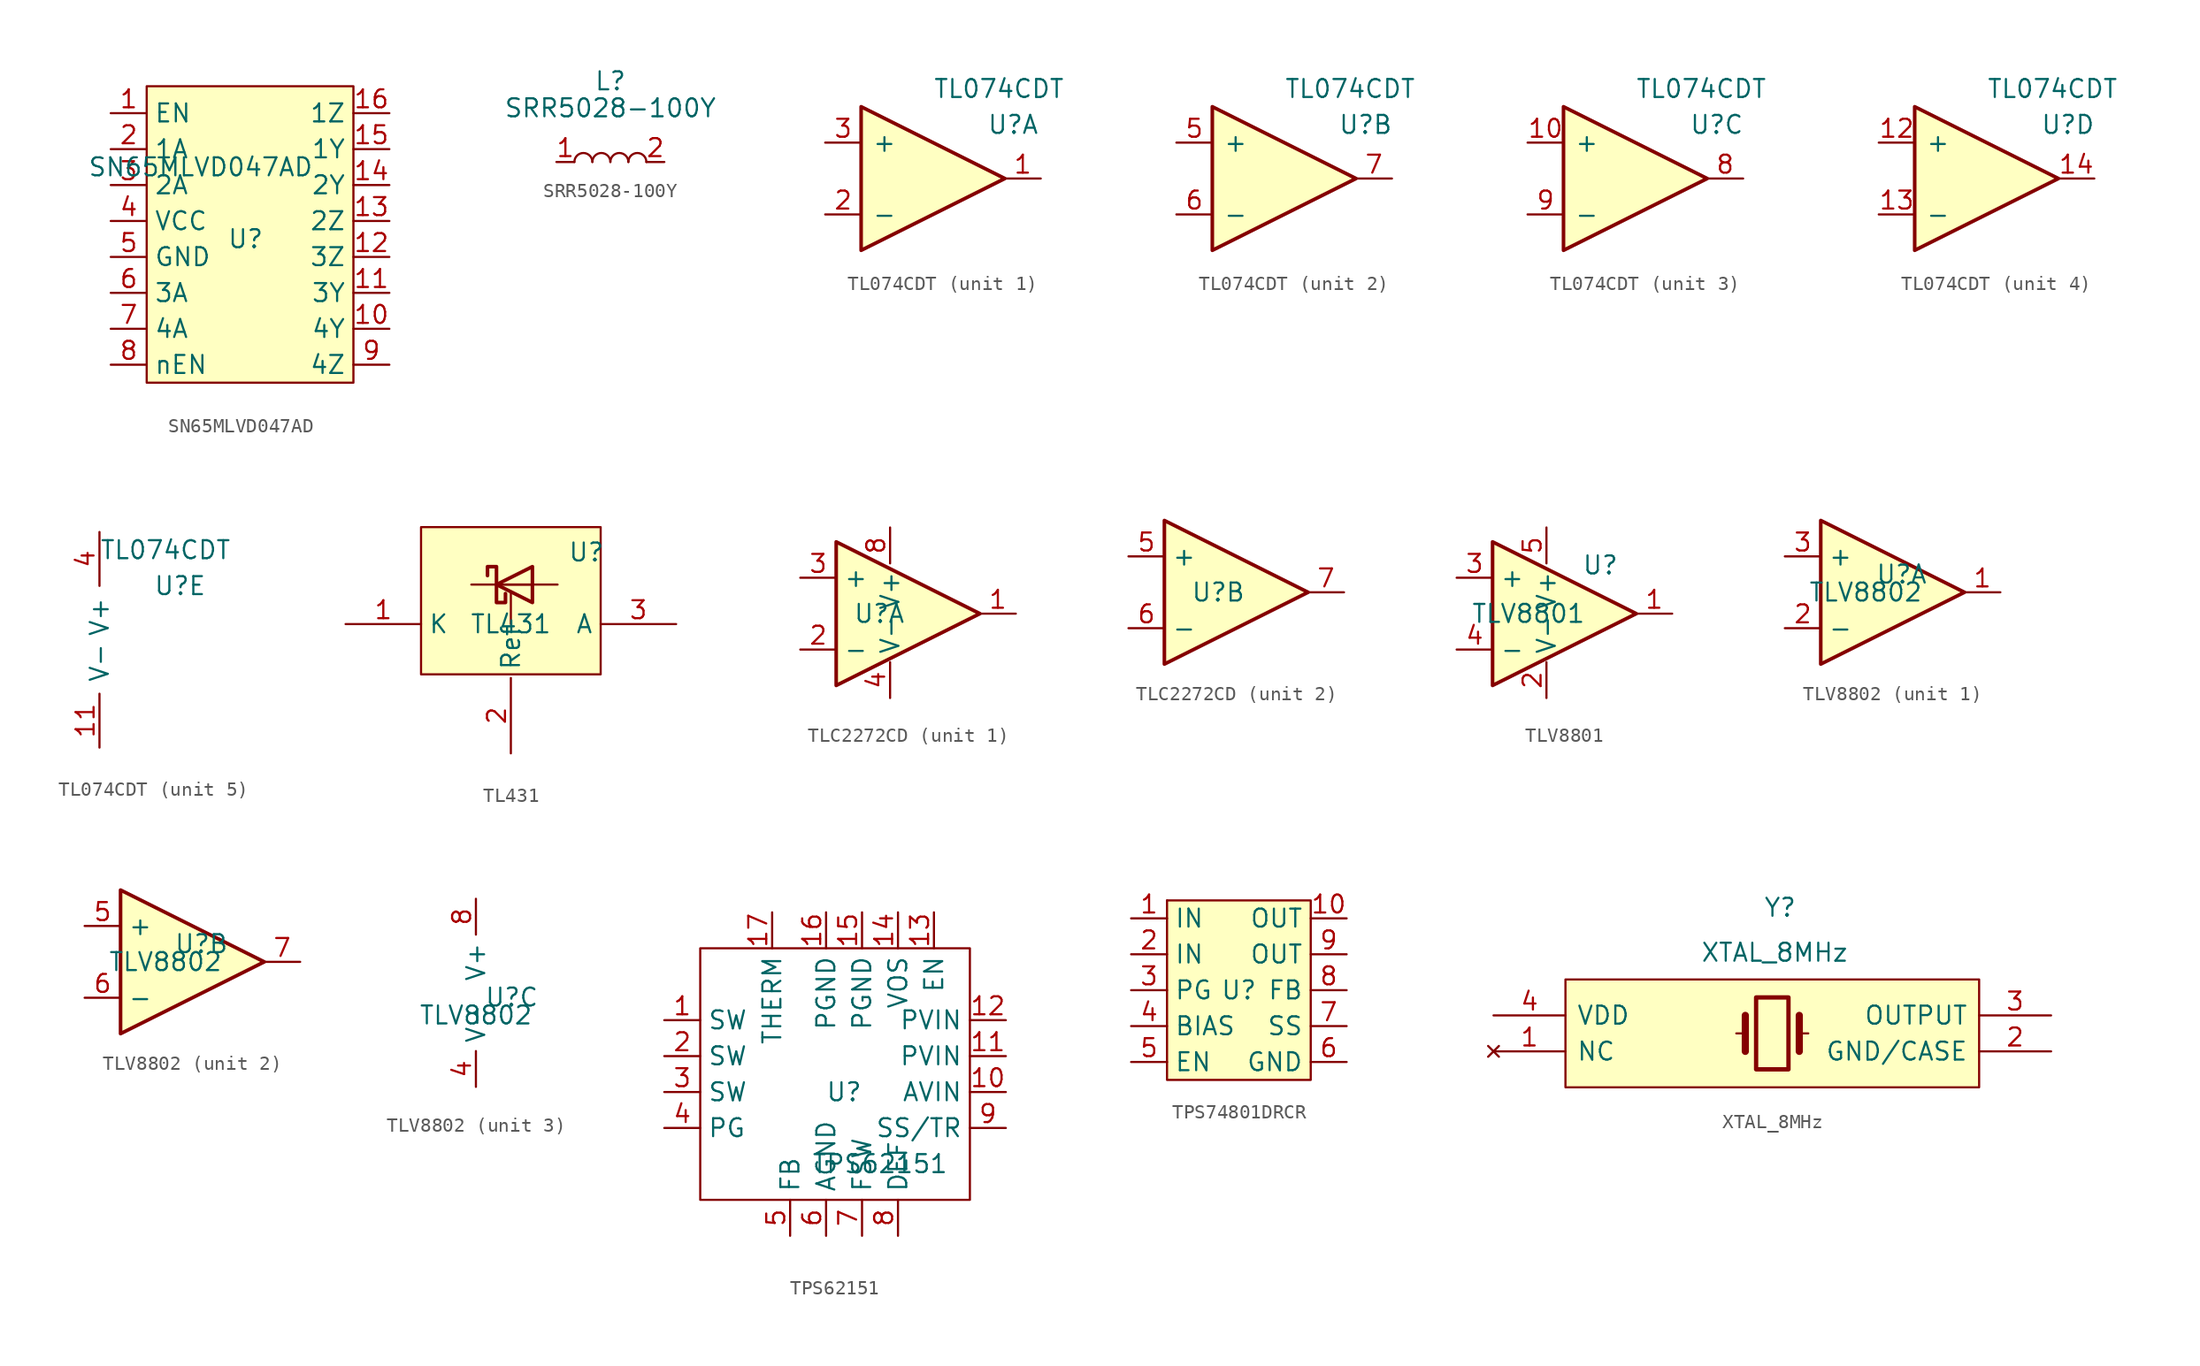
<source format=kicad_sym>
(kicad_symbol_lib
  (version 20220914)
  (generator kicad_symbol_editor)
  (symbol "SN65MLVD047AD"
    (property "Reference" "U"
      (at 0 0 0)
      (effects (font (size 1.27 1.27))))
    (property "Value" "SN65MLVD047AD"
      (at -3.175 5.08 0)
      (effects (font (size 1.27 1.27))))
    (symbol "SN65MLVD047AD_0_1"
      (rectangle (start -6.985 10.795) (end 7.62 -10.16) (stroke (width 0) (type default)) (fill (type background))))
    (symbol "SN65MLVD047AD_1_1"
      (pin input line (at -9.525 8.89 0) (length 2.54) (name "EN" (effects (font (size 1.27 1.27)))) (number "1" (effects (font (size 1.27 1.27)))))
      (pin output line (at 10.16 -6.35 180) (length 2.54) (name "4Y" (effects (font (size 1.27 1.27)))) (number "10" (effects (font (size 1.27 1.27)))))
      (pin output line (at 10.16 -3.81 180) (length 2.54) (name "3Y" (effects (font (size 1.27 1.27)))) (number "11" (effects (font (size 1.27 1.27)))))
      (pin output line (at 10.16 -1.27 180) (length 2.54) (name "3Z" (effects (font (size 1.27 1.27)))) (number "12" (effects (font (size 1.27 1.27)))))
      (pin output line (at 10.16 1.27 180) (length 2.54) (name "2Z" (effects (font (size 1.27 1.27)))) (number "13" (effects (font (size 1.27 1.27)))))
      (pin output line (at 10.16 3.81 180) (length 2.54) (name "2Y" (effects (font (size 1.27 1.27)))) (number "14" (effects (font (size 1.27 1.27)))))
      (pin output line (at 10.16 6.35 180) (length 2.54) (name "1Y" (effects (font (size 1.27 1.27)))) (number "15" (effects (font (size 1.27 1.27)))))
      (pin output line (at 10.16 8.89 180) (length 2.54) (name "1Z" (effects (font (size 1.27 1.27)))) (number "16" (effects (font (size 1.27 1.27)))))
      (pin input line (at -9.525 6.35 0) (length 2.54) (name "1A" (effects (font (size 1.27 1.27)))) (number "2" (effects (font (size 1.27 1.27)))))
      (pin input line (at -9.525 3.81 0) (length 2.54) (name "2A" (effects (font (size 1.27 1.27)))) (number "3" (effects (font (size 1.27 1.27)))))
      (pin power_in line (at -9.525 1.27 0) (length 2.54) (name "VCC" (effects (font (size 1.27 1.27)))) (number "4" (effects (font (size 1.27 1.27)))))
      (pin power_in line (at -9.525 -1.27 0) (length 2.54) (name "GND" (effects (font (size 1.27 1.27)))) (number "5" (effects (font (size 1.27 1.27)))))
      (pin input line (at -9.525 -3.81 0) (length 2.54) (name "3A" (effects (font (size 1.27 1.27)))) (number "6" (effects (font (size 1.27 1.27)))))
      (pin input line (at -9.525 -6.35 0) (length 2.54) (name "4A" (effects (font (size 1.27 1.27)))) (number "7" (effects (font (size 1.27 1.27)))))
      (pin input line (at -9.525 -8.89 0) (length 2.54) (name "nEN" (effects (font (size 1.27 1.27)))) (number "8" (effects (font (size 1.27 1.27)))))
      (pin output line (at 10.16 -8.89 180) (length 2.54) (name "4Z" (effects (font (size 1.27 1.27)))) (number "9" (effects (font (size 1.27 1.27)))))))
  (symbol "SRR5028-100Y"
    (pin_names
      (offset 1.016))
    (property "Reference" "L"
      (at 0 1.905 0)
      (effects (font (size 1.27 1.27))))
    (property "Value" "SRR5028-100Y"
      (at 0 0 0)
      (effects (font (size 1.27 1.27))))
    (symbol "SRR5028-100Y_1_1"
      (arc (start -1.27 -3.81) (mid -1.905 -3.1777) (end -2.54 -3.81) (stroke (width 0) (type solid)) (fill (type none)))
      (arc (start 0 -3.81) (mid -0.635 -3.1777) (end -1.27 -3.81) (stroke (width 0) (type solid)) (fill (type none)))
      (arc (start 1.27 -3.81) (mid 0.635 -3.1777) (end 0 -3.81) (stroke (width 0) (type solid)) (fill (type none)))
      (arc (start 2.54 -3.81) (mid 1.905 -3.1777) (end 1.27 -3.81) (stroke (width 0) (type solid)) (fill (type none)))
      (pin passive line (at -3.81 -3.81 0) (length 1.27) (name "~" (effects (font (size 1.27 1.27)))) (number "1" (effects (font (size 1.27 1.27)))))
      (pin passive line (at 3.81 -3.81 180) (length 1.27) (name "~" (effects (font (size 1.27 1.27)))) (number "2" (effects (font (size 1.27 1.27)))))))
  (symbol "TL074CDT"
    (pin_names
      (offset 0.762))
    (property "Reference" "U"
      (at 3.81 3.81 0)
      (effects (font (size 1.27 1.27)) (justify left)))
    (property "Value" "TL074CDT"
      (at 0 6.35 0)
      (effects (font (size 1.27 1.27)) (justify left)))
    (property "ki_locked" ""
      (at 0 0 0)
      (effects (font (size 1.27 1.27))))
    (symbol "TL074CDT_1_1"
      (polyline (pts (xy -5.08 5.08) (xy 5.08 0) (xy -5.08 -5.08) (xy -5.08 5.08)) (stroke (width 0.254) (type solid)) (fill (type background)))
      (pin output line (at 7.62 0 180) (length 2.54) (name "~" (effects (font (size 1.27 1.27)))) (number "1" (effects (font (size 1.27 1.27)))))
      (pin input line (at -7.62 -2.54 0) (length 2.54) (name "-" (effects (font (size 1.27 1.27)))) (number "2" (effects (font (size 1.27 1.27)))))
      (pin input line (at -7.62 2.54 0) (length 2.54) (name "+" (effects (font (size 1.27 1.27)))) (number "3" (effects (font (size 1.27 1.27))))))
    (symbol "TL074CDT_2_1"
      (polyline (pts (xy -5.08 5.08) (xy 5.08 0) (xy -5.08 -5.08) (xy -5.08 5.08)) (stroke (width 0.254) (type solid)) (fill (type background)))
      (pin input line (at -7.62 2.54 0) (length 2.54) (name "+" (effects (font (size 1.27 1.27)))) (number "5" (effects (font (size 1.27 1.27)))))
      (pin input line (at -7.62 -2.54 0) (length 2.54) (name "-" (effects (font (size 1.27 1.27)))) (number "6" (effects (font (size 1.27 1.27)))))
      (pin output line (at 7.62 0 180) (length 2.54) (name "~" (effects (font (size 1.27 1.27)))) (number "7" (effects (font (size 1.27 1.27))))))
    (symbol "TL074CDT_3_1"
      (polyline (pts (xy -5.08 5.08) (xy 5.08 0) (xy -5.08 -5.08) (xy -5.08 5.08)) (stroke (width 0.254) (type solid)) (fill (type background)))
      (pin input line (at -7.62 2.54 0) (length 2.54) (name "+" (effects (font (size 1.27 1.27)))) (number "10" (effects (font (size 1.27 1.27)))))
      (pin output line (at 7.62 0 180) (length 2.54) (name "~" (effects (font (size 1.27 1.27)))) (number "8" (effects (font (size 1.27 1.27)))))
      (pin input line (at -7.62 -2.54 0) (length 2.54) (name "-" (effects (font (size 1.27 1.27)))) (number "9" (effects (font (size 1.27 1.27))))))
    (symbol "TL074CDT_4_1"
      (polyline (pts (xy -5.08 5.08) (xy 5.08 0) (xy -5.08 -5.08) (xy -5.08 5.08)) (stroke (width 0.254) (type solid)) (fill (type background)))
      (pin input line (at -7.62 2.54 0) (length 2.54) (name "+" (effects (font (size 1.27 1.27)))) (number "12" (effects (font (size 1.27 1.27)))))
      (pin input line (at -7.62 -2.54 0) (length 2.54) (name "-" (effects (font (size 1.27 1.27)))) (number "13" (effects (font (size 1.27 1.27)))))
      (pin output line (at 7.62 0 180) (length 2.54) (name "~" (effects (font (size 1.27 1.27)))) (number "14" (effects (font (size 1.27 1.27))))))
    (symbol "TL074CDT_5_1"
      (pin power_in line (at 0 -7.62 90) (length 3.81) (name "V-" (effects (font (size 1.27 1.27)))) (number "11" (effects (font (size 1.27 1.27)))))
      (pin power_in line (at 0 7.62 270) (length 3.81) (name "V+" (effects (font (size 1.27 1.27)))) (number "4" (effects (font (size 1.27 1.27)))))))
  (symbol "TL431"
    (property "Reference" "U"
      (at 5.334 5.08 0)
      (effects (font (size 1.27 1.27))))
    (property "Value" "TL431"
      (at 0 0 0)
      (effects (font (size 1.27 1.27))))
    (symbol "TL431_0_0"
      (text_box "" (at -6.35 6.858 0) (size 12.7 -10.414) (stroke (width 0) (type default)) (fill (type color) (color 255 255 194 1)) (effects (font (size 1.27 1.27)) (justify left top))))
    (symbol "TL431_0_1"
      (polyline (pts (xy 1.524 2.794) (xy -1.016 2.794)) (stroke (width 0) (type default)) (fill (type none)))
      (polyline (pts (xy -2.794 2.794) (xy 3.302 2.794) (xy 3.048 2.794)) (stroke (width 0) (type default)) (fill (type color) (color 255 255 194 1)))
      (polyline (pts (xy 0 0) (xy 0 2.286) (xy 0 2.032)) (stroke (width 0) (type default)) (fill (type color) (color 255 255 194 1)))
      (polyline (pts (xy 1.524 4.064) (xy 1.524 1.524) (xy -1.016 2.794) (xy 1.524 4.064)) (stroke (width 0.254) (type default)) (fill (type none)))
      (polyline (pts (xy -1.651 3.429) (xy -1.651 4.064) (xy -1.016 4.064) (xy -1.016 1.524) (xy -0.381 1.524) (xy -0.381 2.159)) (stroke (width 0.254) (type default)) (fill (type none))))
    (symbol "TL431_1_1"
      (pin power_in line (at -11.684 0 0) (length 5.334) (name "K" (effects (font (size 1.27 1.27)))) (number "1" (effects (font (size 1.27 1.27)))))
      (pin power_in line (at 0 -9.144 90) (length 5.334) (name "Ref" (effects (font (size 1.27 1.27)))) (number "2" (effects (font (size 1.27 1.27)))))
      (pin power_in line (at 11.684 0 180) (length 5.334) (name "A" (effects (font (size 1.27 1.27)))) (number "3" (effects (font (size 1.27 1.27)))))))
  (symbol "TLC2272CD"
    (property "Reference" "U"
      (at 0 0 0)
      (effects (font (size 1.27 1.27))))
    (property "Value" ""
      (at 0 0 0)
      (effects (font (size 1.27 1.27))))
    (property "ki_locked" ""
      (at 0 0 0)
      (effects (font (size 1.27 1.27))))
    (symbol "TLC2272CD_1_1"
      (polyline (pts (xy -3.048 5.08) (xy 7.112 0) (xy -3.048 -5.08) (xy -3.048 5.08)) (stroke (width 0.254) (type solid)) (fill (type background)))
      (pin output line (at 9.652 0 180) (length 2.54) (name "~" (effects (font (size 1.27 1.27)))) (number "1" (effects (font (size 1.27 1.27)))))
      (pin input line (at -5.588 -2.54 0) (length 2.54) (name "-" (effects (font (size 1.27 1.27)))) (number "2" (effects (font (size 1.27 1.27)))))
      (pin input line (at -5.588 2.54 0) (length 2.54) (name "+" (effects (font (size 1.27 1.27)))) (number "3" (effects (font (size 1.27 1.27)))))
      (pin power_in line (at 0.762 -5.969 90) (length 2.54) (name "V-" (effects (font (size 1.27 1.27)))) (number "4" (effects (font (size 1.27 1.27)))))
      (pin power_in line (at 0.762 6.096 270) (length 2.54) (name "V+" (effects (font (size 1.27 1.27)))) (number "8" (effects (font (size 1.27 1.27))))))
    (symbol "TLC2272CD_2_1"
      (polyline (pts (xy -3.81 5.08) (xy 6.35 0) (xy -3.81 -5.08) (xy -3.81 5.08)) (stroke (width 0.254) (type solid)) (fill (type background)))
      (pin input line (at -6.35 2.54 0) (length 2.54) (name "+" (effects (font (size 1.27 1.27)))) (number "5" (effects (font (size 1.27 1.27)))))
      (pin input line (at -6.35 -2.54 0) (length 2.54) (name "-" (effects (font (size 1.27 1.27)))) (number "6" (effects (font (size 1.27 1.27)))))
      (pin output line (at 8.89 0 180) (length 2.54) (name "~" (effects (font (size 1.27 1.27)))) (number "7" (effects (font (size 1.27 1.27)))))))
  (symbol "TLV8801"
    (property "Reference" "U"
      (at 5.08 3.429 0)
      (effects (font (size 1.27 1.27))))
    (property "Value" "TLV8801"
      (at 0 0 0)
      (effects (font (size 1.27 1.27))))
    (symbol "TLV8801_1_1"
      (polyline (pts (xy -2.54 5.08) (xy 7.62 0) (xy -2.54 -5.08) (xy -2.54 5.08)) (stroke (width 0.254) (type solid)) (fill (type background)))
      (pin output line (at 10.16 0 180) (length 2.54) (name "~" (effects (font (size 1.27 1.27)))) (number "1" (effects (font (size 1.27 1.27)))))
      (pin power_in line (at 1.27 -5.969 90) (length 2.54) (name "V-" (effects (font (size 1.27 1.27)))) (number "2" (effects (font (size 1.27 1.27)))))
      (pin input line (at -5.08 2.54 0) (length 2.54) (name "+" (effects (font (size 1.27 1.27)))) (number "3" (effects (font (size 1.27 1.27)))))
      (pin input line (at -5.08 -2.54 0) (length 2.54) (name "-" (effects (font (size 1.27 1.27)))) (number "4" (effects (font (size 1.27 1.27)))))
      (pin power_in line (at 1.27 6.096 270) (length 2.54) (name "V+" (effects (font (size 1.27 1.27)))) (number "5" (effects (font (size 1.27 1.27)))))))
  (symbol "TLV8802"
    (property "Reference" "U"
      (at 2.54 1.27 0)
      (effects (font (size 1.27 1.27))))
    (property "Value" "TLV8802"
      (at 0 0 0)
      (effects (font (size 1.27 1.27))))
    (property "ki_locked" ""
      (at 0 0 0)
      (effects (font (size 1.27 1.27))))
    (symbol "TLV8802_1_1"
      (polyline (pts (xy -3.175 5.08) (xy 6.985 0) (xy -3.175 -5.08) (xy -3.175 5.08)) (stroke (width 0.254) (type solid)) (fill (type background)))
      (pin output line (at 9.525 0 180) (length 2.54) (name "~" (effects (font (size 1.27 1.27)))) (number "1" (effects (font (size 1.27 1.27)))))
      (pin input line (at -5.715 -2.54 0) (length 2.54) (name "-" (effects (font (size 1.27 1.27)))) (number "2" (effects (font (size 1.27 1.27)))))
      (pin input line (at -5.715 2.54 0) (length 2.54) (name "+" (effects (font (size 1.27 1.27)))) (number "3" (effects (font (size 1.27 1.27))))))
    (symbol "TLV8802_2_1"
      (polyline (pts (xy -3.175 5.08) (xy 6.985 0) (xy -3.175 -5.08) (xy -3.175 5.08)) (stroke (width 0.254) (type solid)) (fill (type background)))
      (pin input line (at -5.715 2.54 0) (length 2.54) (name "+" (effects (font (size 1.27 1.27)))) (number "5" (effects (font (size 1.27 1.27)))))
      (pin input line (at -5.715 -2.54 0) (length 2.54) (name "-" (effects (font (size 1.27 1.27)))) (number "6" (effects (font (size 1.27 1.27)))))
      (pin output line (at 9.525 0 180) (length 2.54) (name "~" (effects (font (size 1.27 1.27)))) (number "7" (effects (font (size 1.27 1.27))))))
    (symbol "TLV8802_3_1"
      (pin power_in line (at 0 -5.08 90) (length 2.54) (name "V-" (effects (font (size 1.27 1.27)))) (number "4" (effects (font (size 1.27 1.27)))))
      (pin power_in line (at 0 8.255 270) (length 2.54) (name "V+" (effects (font (size 1.27 1.27)))) (number "8" (effects (font (size 1.27 1.27)))))))
  (symbol "TPS62151"
    (property "Reference" "U"
      (at 0 0 0)
      (effects (font (size 1.27 1.27))))
    (property "Value" "TPS62151"
      (at 2.54 -5.08 0)
      (effects (font (size 1.27 1.27))))
    (symbol "TPS62151_0_0"
      (text_box "" (at -10.16 10.16 0) (size 19.05 -17.78) (stroke (width 0) (type default)) (fill (type color) (color 0 0 0 0)) (effects (font (size 1.27 1.27)) (justify left top))))
    (symbol "TPS62151_1_1"
      (pin output line (at -12.7 5.08 0) (length 2.54) (name "SW" (effects (font (size 1.27 1.27)))) (number "1" (effects (font (size 1.27 1.27)))))
      (pin power_in line (at 11.43 0 180) (length 2.54) (name "AVIN" (effects (font (size 1.27 1.27)))) (number "10" (effects (font (size 1.27 1.27)))))
      (pin power_in line (at 11.43 2.54 180) (length 2.54) (name "PVIN" (effects (font (size 1.27 1.27)))) (number "11" (effects (font (size 1.27 1.27)))))
      (pin power_in line (at 11.43 5.08 180) (length 2.54) (name "PVIN" (effects (font (size 1.27 1.27)))) (number "12" (effects (font (size 1.27 1.27)))))
      (pin input line (at 6.35 12.7 270) (length 2.54) (name "EN" (effects (font (size 1.27 1.27)))) (number "13" (effects (font (size 1.27 1.27)))))
      (pin input line (at 3.81 12.7 270) (length 2.54) (name "VOS" (effects (font (size 1.27 1.27)))) (number "14" (effects (font (size 1.27 1.27)))))
      (pin power_in line (at 1.27 12.7 270) (length 2.54) (name "PGND" (effects (font (size 1.27 1.27)))) (number "15" (effects (font (size 1.27 1.27)))))
      (pin power_in line (at -1.27 12.7 270) (length 2.54) (name "PGND" (effects (font (size 1.27 1.27)))) (number "16" (effects (font (size 1.27 1.27)))))
      (pin passive line (at -5.08 12.7 270) (length 2.54) (name "THERM" (effects (font (size 1.27 1.27)))) (number "17" (effects (font (size 1.27 1.27)))))
      (pin output line (at -12.7 2.54 0) (length 2.54) (name "SW" (effects (font (size 1.27 1.27)))) (number "2" (effects (font (size 1.27 1.27)))))
      (pin output line (at -12.7 0 0) (length 2.54) (name "SW" (effects (font (size 1.27 1.27)))) (number "3" (effects (font (size 1.27 1.27)))))
      (pin output line (at -12.7 -2.54 0) (length 2.54) (name "PG" (effects (font (size 1.27 1.27)))) (number "4" (effects (font (size 1.27 1.27)))))
      (pin input line (at -3.81 -10.16 90) (length 2.54) (name "FB" (effects (font (size 1.27 1.27)))) (number "5" (effects (font (size 1.27 1.27)))))
      (pin power_in line (at -1.27 -10.16 90) (length 2.54) (name "AGND" (effects (font (size 1.27 1.27)))) (number "6" (effects (font (size 1.27 1.27)))))
      (pin input line (at 1.27 -10.16 90) (length 2.54) (name "FSW" (effects (font (size 1.27 1.27)))) (number "7" (effects (font (size 1.27 1.27)))))
      (pin input line (at 3.81 -10.16 90) (length 2.54) (name "DEF" (effects (font (size 1.27 1.27)))) (number "8" (effects (font (size 1.27 1.27)))))
      (pin input line (at 11.43 -2.54 180) (length 2.54) (name "SS/TR" (effects (font (size 1.27 1.27)))) (number "9" (effects (font (size 1.27 1.27)))))))
  (symbol "TPS74801DRCR"
    (property "Reference" "U"
      (at 3.81 -1.27 0)
      (effects (font (size 1.27 1.27))))
    (property "Value" ""
      (at 0 0 0)
      (effects (font (size 1.27 1.27))))
    (symbol "TPS74801DRCR_0_1"
      (rectangle (start -1.27 5.08) (end -1.27 5.08) (stroke (width 0) (type default)) (fill (type none))))
    (symbol "TPS74801DRCR_1_1"
      (rectangle (start -1.27 5.08) (end 8.89 -7.62) (stroke (width 0) (type default)) (fill (type background)))
      (pin power_in line (at -3.81 3.81 0) (length 2.54) (name "IN" (effects (font (size 1.27 1.27)))) (number "1" (effects (font (size 1.27 1.27)))))
      (pin power_out line (at 11.43 3.81 180) (length 2.54) (name "OUT" (effects (font (size 1.27 1.27)))) (number "10" (effects (font (size 1.27 1.27)))))
      (pin power_in line (at -3.81 1.27 0) (length 2.54) (name "IN" (effects (font (size 1.27 1.27)))) (number "2" (effects (font (size 1.27 1.27)))))
      (pin open_collector line (at -3.81 -1.27 0) (length 2.54) (name "PG" (effects (font (size 1.27 1.27)))) (number "3" (effects (font (size 1.27 1.27)))))
      (pin input line (at -3.81 -3.81 0) (length 2.54) (name "BIAS" (effects (font (size 1.27 1.27)))) (number "4" (effects (font (size 1.27 1.27)))))
      (pin input line (at -3.81 -6.35 0) (length 2.54) (name "EN" (effects (font (size 1.27 1.27)))) (number "5" (effects (font (size 1.27 1.27)))))
      (pin power_in line (at 11.43 -6.35 180) (length 2.54) (name "GND" (effects (font (size 1.27 1.27)))) (number "6" (effects (font (size 1.27 1.27)))))
      (pin passive line (at 11.43 -3.81 180) (length 2.54) (name "SS" (effects (font (size 1.27 1.27)))) (number "7" (effects (font (size 1.27 1.27)))))
      (pin passive line (at 11.43 -1.27 180) (length 2.54) (name "FB" (effects (font (size 1.27 1.27)))) (number "8" (effects (font (size 1.27 1.27)))))
      (pin power_out line (at 11.43 1.27 180) (length 2.54) (name "OUT" (effects (font (size 1.27 1.27)))) (number "9" (effects (font (size 1.27 1.27)))))))
  (symbol "XTAL_8MHz"
    (pin_names
      (offset 0.762))
    (property "Reference" "Y"
      (at 19.05 7.62 0)
      (effects (font (size 1.27 1.27)) (justify left)))
    (property "Value" "XTAL_8MHz"
      (at 14.605 4.445 0)
      (effects (font (size 1.27 1.27)) (justify left)))
    (symbol "XTAL_8MHz_0_0"
      (pin no_connect line (at 0 -2.54 0) (length 5.08) (name "NC" (effects (font (size 1.27 1.27)))) (number "1" (effects (font (size 1.27 1.27)))))
      (pin power_in line (at 39.37 -2.54 180) (length 5.08) (name "GND/CASE" (effects (font (size 1.27 1.27)))) (number "2" (effects (font (size 1.27 1.27)))))
      (pin output line (at 39.37 0 180) (length 5.08) (name "OUTPUT" (effects (font (size 1.27 1.27)))) (number "3" (effects (font (size 1.27 1.27)))))
      (pin power_in line (at 0 0 0) (length 5.08) (name "VDD" (effects (font (size 1.27 1.27)))) (number "4" (effects (font (size 1.27 1.27))))))
    (symbol "XTAL_8MHz_0_1"
      (polyline (pts (xy 5.08 2.54) (xy 34.29 2.54) (xy 34.29 -1.27) (xy 34.29 -5.08) (xy 5.08 -5.08) (xy 5.08 2.54)) (stroke (width 0.152) (type solid)) (fill (type background))))
    (symbol "XTAL_8MHz_1_1"
      (polyline (pts (xy 17.145 -1.27) (xy 17.78 -1.27)) (stroke (width 0) (type solid)) (fill (type none)))
      (polyline (pts (xy 17.78 -2.54) (xy 17.78 0)) (stroke (width 0.508) (type solid)) (fill (type none)))
      (polyline (pts (xy 21.59 -2.54) (xy 21.59 0)) (stroke (width 0.508) (type solid)) (fill (type none)))
      (polyline (pts (xy 22.225 -1.27) (xy 21.59 -1.27)) (stroke (width 0) (type solid)) (fill (type none)))
      (rectangle (start 18.542 1.27) (end 20.828 -3.81) (stroke (width 0.305) (type solid)) (fill (type none))))))
</source>
